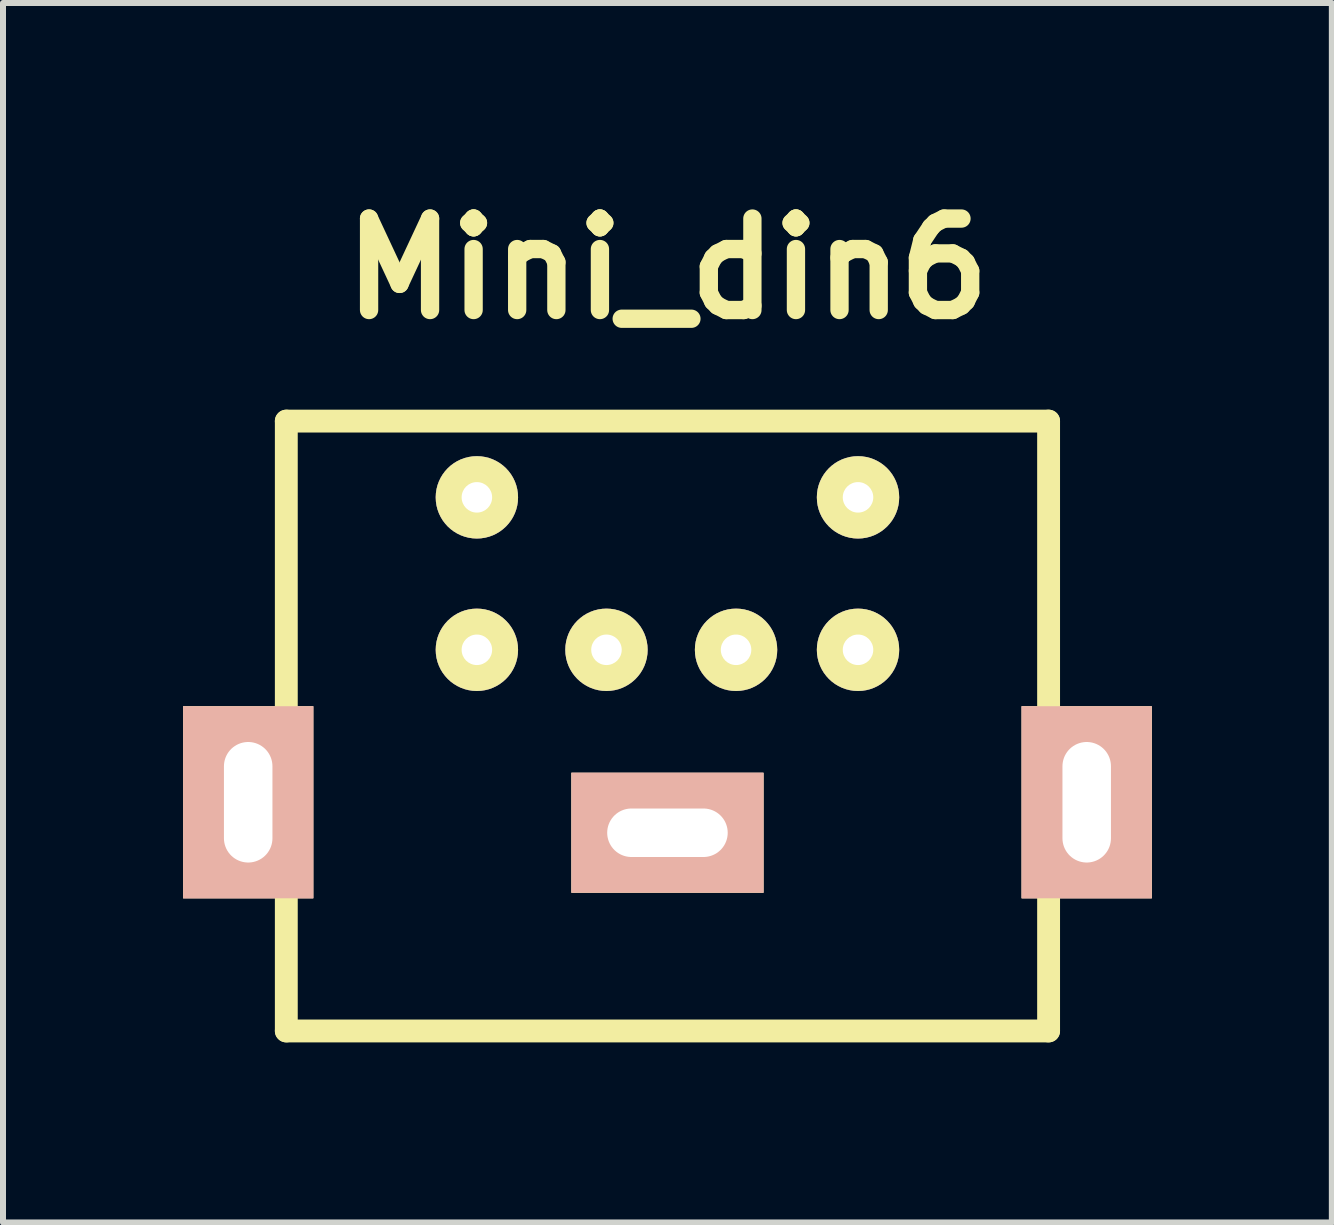
<source format=kicad_pcb>
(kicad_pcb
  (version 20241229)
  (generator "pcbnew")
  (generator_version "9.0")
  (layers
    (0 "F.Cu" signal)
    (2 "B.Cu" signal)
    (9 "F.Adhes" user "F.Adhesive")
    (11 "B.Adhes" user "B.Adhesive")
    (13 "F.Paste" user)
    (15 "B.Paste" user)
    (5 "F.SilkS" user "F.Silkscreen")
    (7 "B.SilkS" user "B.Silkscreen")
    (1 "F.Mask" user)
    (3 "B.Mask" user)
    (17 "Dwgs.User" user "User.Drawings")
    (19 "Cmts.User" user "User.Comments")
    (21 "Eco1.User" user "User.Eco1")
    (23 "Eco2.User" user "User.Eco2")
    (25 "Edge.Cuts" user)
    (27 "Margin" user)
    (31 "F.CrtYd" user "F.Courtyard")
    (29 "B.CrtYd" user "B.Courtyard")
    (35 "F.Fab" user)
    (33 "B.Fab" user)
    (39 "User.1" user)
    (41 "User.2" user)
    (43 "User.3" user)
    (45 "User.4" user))
  (footprint "Mini_din6"
    (layer "F.Cu")
    (at 8.07 9.046)
    (property "Reference" "Mini_din6" (at 0 -7.62 0) (layer "F.SilkS") (effects (font (size 1.524 1.524) (thickness 0.305))))
    (attr through_hole)
    (fp_line (start -6.35 -5.08) (end 6.35 -5.08) (stroke (width 0.381) (type solid)) (layer "F.SilkS"))
    (fp_line (start -6.35 1.27) (end -6.35 -5.08) (stroke (width 0.381) (type solid)) (layer "F.SilkS"))
    (fp_line (start -6.35 5.08) (end -6.35 1.27) (stroke (width 0.381) (type solid)) (layer "F.SilkS"))
    (fp_line (start 6.35 -5.08) (end 6.35 5.08) (stroke (width 0.381) (type solid)) (layer "F.SilkS"))
    (fp_line (start 6.35 5.08) (end -6.35 5.08) (stroke (width 0.381) (type solid)) (layer "F.SilkS"))
    (pad "1" thru_hole circle (at 1.143 -1.27) (size 1.372 1.372) (drill 0.508) (layers "*.Cu" "*.Mask" "F.SilkS"))
    (pad "2" thru_hole circle (at -1.016 -1.27) (size 1.372 1.372) (drill 0.508) (layers "*.Cu" "*.Mask" "F.SilkS"))
    (pad "3" thru_hole circle (at 3.175 -1.27) (size 1.372 1.372) (drill 0.508) (layers "*.Cu" "*.Mask" "F.SilkS"))
    (pad "4" thru_hole circle (at -3.175 -1.27) (size 1.372 1.372) (drill 0.508) (layers "*.Cu" "*.Mask" "F.SilkS"))
    (pad "5" thru_hole circle (at 3.175 -3.81) (size 1.372 1.372) (drill 0.508) (layers "*.Cu" "*.Mask" "F.SilkS"))
    (pad "6" thru_hole circle (at -3.175 -3.81) (size 1.372 1.372) (drill 0.508) (layers "*.Cu" "*.Mask" "F.SilkS"))
    (pad "GND" thru_hole rect (at -6.985 1.27) (size 2.169 3.2) (drill oval 0.808 2.008) (layers "*.Cu" "*.SilkS" "*.Mask"))
    (pad "GND" thru_hole rect (at 0 1.778) (size 3.2 1.999) (drill oval 2.008 0.808) (layers "*.Cu" "*.SilkS" "*.Mask"))
    (pad "GND" thru_hole rect (at 6.985 1.27) (size 2.169 3.2) (drill oval 0.808 2.008) (layers "*.Cu" "*.SilkS" "*.Mask")))
  (gr_rect
    (start -3 -3)
    (end 19.139 17.317)
    (stroke (width 0.1) (type default))
    (fill no)
    (layer "Edge.Cuts")))
</source>
